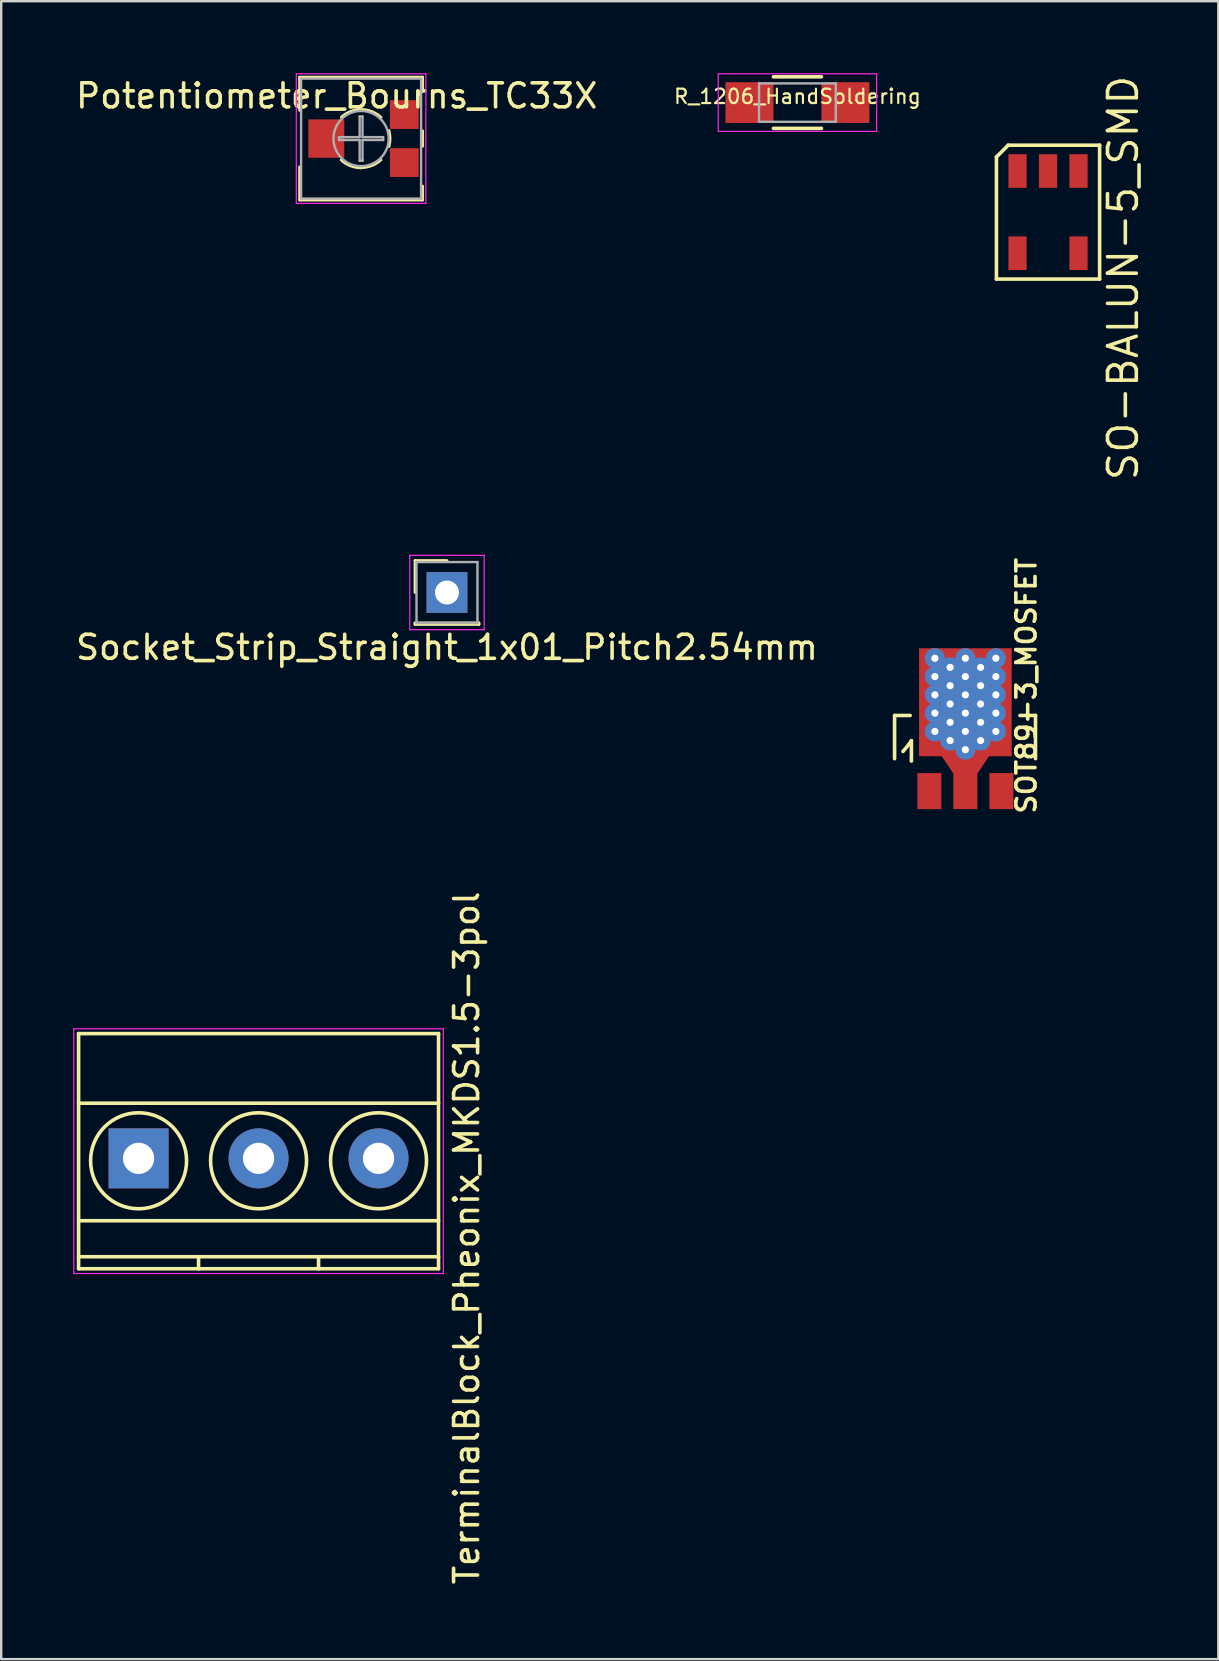
<source format=kicad_pcb>
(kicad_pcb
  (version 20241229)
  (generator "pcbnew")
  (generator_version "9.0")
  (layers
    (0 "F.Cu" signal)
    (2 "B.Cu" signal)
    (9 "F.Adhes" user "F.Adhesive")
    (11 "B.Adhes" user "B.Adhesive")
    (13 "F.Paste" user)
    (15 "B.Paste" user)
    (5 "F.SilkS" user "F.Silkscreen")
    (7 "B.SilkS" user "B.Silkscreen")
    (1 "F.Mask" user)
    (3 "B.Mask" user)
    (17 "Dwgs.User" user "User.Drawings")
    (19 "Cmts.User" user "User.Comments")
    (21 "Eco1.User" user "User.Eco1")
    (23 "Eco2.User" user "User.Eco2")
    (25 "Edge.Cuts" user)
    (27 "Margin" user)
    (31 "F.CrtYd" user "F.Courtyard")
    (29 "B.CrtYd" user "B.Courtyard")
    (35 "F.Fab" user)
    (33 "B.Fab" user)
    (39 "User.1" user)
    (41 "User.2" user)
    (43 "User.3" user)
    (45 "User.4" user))
  (footprint "SO-BALUN-5_SMD"
    (layer "F.Cu")
    (at 40.625 5.853)
    (property "Reference" "SO-BALUN-5_SMD" (at 3.131 2.681 90) (layer "F.SilkS") (effects (font (size 1.2 1.2) (thickness 0.15))))
    (attr smd)
    (fp_line (start -2.15 -2.361) (end -2.15 2.726) (stroke (width 0.15) (type solid)) (layer "F.SilkS"))
    (fp_line (start -2.15 2.726) (end 2.15 2.726) (stroke (width 0.15) (type solid)) (layer "F.SilkS"))
    (fp_line (start -1.658 -2.853) (end -2.15 -2.361) (stroke (width 0.15) (type solid)) (layer "F.SilkS"))
    (fp_line (start 2.15 -2.853) (end -1.658 -2.853) (stroke (width 0.15) (type solid)) (layer "F.SilkS"))
    (fp_line (start 2.15 2.726) (end 2.15 -2.853) (stroke (width 0.15) (type solid)) (layer "F.SilkS"))
    (pad "1" smd rect (at -1.27 -1.776) (size 0.76 1.4) (layers "F.Cu" "F.Mask" "F.Paste"))
    (pad "2" smd rect (at 0 -1.776) (size 0.76 1.4) (layers "F.Cu" "F.Mask" "F.Paste"))
    (pad "3" smd rect (at 1.27 -1.776) (size 0.76 1.4) (layers "F.Cu" "F.Mask" "F.Paste"))
    (pad "4" smd rect (at 1.27 1.649) (size 0.76 1.4) (layers "F.Cu" "F.Mask" "F.Paste"))
    (pad "5" smd rect (at -1.27 1.649) (size 0.76 1.4) (layers "F.Cu" "F.Mask" "F.Paste")))
  (footprint "TerminalBlock_Pheonix_MKDS1.5-3pol"
    (layer "F.Cu")
    (at 2.725 45.223)
    (property "Reference" "TerminalBlock_Pheonix_MKDS1.5-3pol" (at 13.672 3.316 90) (layer "F.SilkS") (effects (font (size 1 1) (thickness 0.15))))
    (attr through_hole)
    (fp_line (start -2.5 -5.2) (end -2.5 4.6) (stroke (width 0.15) (type solid)) (layer "F.SilkS"))
    (fp_line (start -2.5 -2.3) (end 12.5 -2.3) (stroke (width 0.15) (type solid)) (layer "F.SilkS"))
    (fp_line (start -2.5 2.6) (end 12.5 2.6) (stroke (width 0.15) (type solid)) (layer "F.SilkS"))
    (fp_line (start -2.5 4.1) (end 12.5 4.1) (stroke (width 0.15) (type solid)) (layer "F.SilkS"))
    (fp_line (start -2.5 4.6) (end 12.5 4.6) (stroke (width 0.15) (type solid)) (layer "F.SilkS"))
    (fp_line (start 2.5 4.1) (end 2.5 4.6) (stroke (width 0.15) (type solid)) (layer "F.SilkS"))
    (fp_line (start 7.5 4.1) (end 7.5 4.6) (stroke (width 0.15) (type solid)) (layer "F.SilkS"))
    (fp_line (start 12.5 -5.2) (end -2.5 -5.2) (stroke (width 0.15) (type solid)) (layer "F.SilkS"))
    (fp_line (start 12.5 4.6) (end 12.5 -5.2) (stroke (width 0.15) (type solid)) (layer "F.SilkS"))
    (fp_circle (center 0 0.1) (end 2 0.1) (stroke (width 0.15) (type solid)) (fill no) (layer "F.SilkS"))
    (fp_circle (center 5 0.1) (end 3 0.1) (stroke (width 0.15) (type solid)) (fill no) (layer "F.SilkS"))
    (fp_circle (center 10 0.1) (end 8 0.1) (stroke (width 0.15) (type solid)) (fill no) (layer "F.SilkS"))
    (fp_line (start -2.7 -5.4) (end 12.7 -5.4) (stroke (width 0.05) (type solid)) (layer "F.CrtYd"))
    (fp_line (start -2.7 4.8) (end -2.7 -5.4) (stroke (width 0.05) (type solid)) (layer "F.CrtYd"))
    (fp_line (start 12.7 -5.4) (end 12.7 4.8) (stroke (width 0.05) (type solid)) (layer "F.CrtYd"))
    (fp_line (start 12.7 4.8) (end -2.7 4.8) (stroke (width 0.05) (type solid)) (layer "F.CrtYd"))
    (pad "1" thru_hole rect (at 0 0) (size 2.5 2.5) (drill 1.3) (layers "*.Cu" "*.Mask"))
    (pad "2" thru_hole circle (at 5 0) (size 2.5 2.5) (drill 1.3) (layers "*.Cu" "*.Mask"))
    (pad "3" thru_hole circle (at 10 0) (size 2.5 2.5) (drill 1.3) (layers "*.Cu" "*.Mask")))
  (footprint "Socket_Strip_Straight_1x01_Pitch2.54mm"
    (layer "F.Cu")
    (at 15.577 21.642)
    (property "Reference" "Socket_Strip_Straight_1x01_Pitch2.54mm" (at 0 2.286 0) (layer "F.SilkS") (effects (font (size 1 1) (thickness 0.15))))
    (attr through_hole)
    (fp_line (start -1.33 -1.33) (end 0 -1.33) (stroke (width 0.12) (type solid)) (layer "F.SilkS"))
    (fp_line (start -1.33 0) (end -1.33 -1.33) (stroke (width 0.12) (type solid)) (layer "F.SilkS"))
    (fp_line (start -1.33 1.27) (end -1.33 1.33) (stroke (width 0.12) (type solid)) (layer "F.SilkS"))
    (fp_line (start -1.33 1.33) (end 1.33 1.33) (stroke (width 0.12) (type solid)) (layer "F.SilkS"))
    (fp_line (start 1.33 1.27) (end -1.33 1.27) (stroke (width 0.12) (type solid)) (layer "F.SilkS"))
    (fp_line (start 1.33 1.33) (end 1.33 1.27) (stroke (width 0.12) (type solid)) (layer "F.SilkS"))
    (fp_line (start -1.55 -1.55) (end -1.55 1.55) (stroke (width 0.05) (type solid)) (layer "F.CrtYd"))
    (fp_line (start -1.55 1.55) (end 1.55 1.55) (stroke (width 0.05) (type solid)) (layer "F.CrtYd"))
    (fp_line (start 1.55 -1.55) (end -1.55 -1.55) (stroke (width 0.05) (type solid)) (layer "F.CrtYd"))
    (fp_line (start 1.55 1.55) (end 1.55 -1.55) (stroke (width 0.05) (type solid)) (layer "F.CrtYd"))
    (fp_line (start -1.27 -1.27) (end -1.27 1.27) (stroke (width 0.1) (type solid)) (layer "F.Fab"))
    (fp_line (start -1.27 1.27) (end 1.27 1.27) (stroke (width 0.1) (type solid)) (layer "F.Fab"))
    (fp_line (start 1.27 -1.27) (end -1.27 -1.27) (stroke (width 0.1) (type solid)) (layer "F.Fab"))
    (fp_line (start 1.27 1.27) (end 1.27 -1.27) (stroke (width 0.1) (type solid)) (layer "F.Fab"))
    (pad "1" thru_hole rect (at 0 0) (size 1.7 1.7) (drill 1) (layers "*.Cu" "*.Mask")))
  (footprint "Potentiometer_Bourns_TC33X"
    (layer "F.Cu")
    (at 11.998 2.725)
    (property "Reference" "Potentiometer_Bourns_TC33X" (at -1.016 -1.778 0) (layer "F.SilkS") (effects (font (size 1 1) (thickness 0.15))))
    (attr smd)
    (fp_line (start -2.56 -2.56) (end -2.56 -1.18) (stroke (width 0.12) (type solid)) (layer "F.SilkS"))
    (fp_line (start -2.56 -2.56) (end 2.56 -2.56) (stroke (width 0.12) (type solid)) (layer "F.SilkS"))
    (fp_line (start -2.56 1.18) (end -2.56 2.56) (stroke (width 0.12) (type solid)) (layer "F.SilkS"))
    (fp_line (start -2.56 2.56) (end 2.56 2.56) (stroke (width 0.12) (type solid)) (layer "F.SilkS"))
    (fp_line (start 2.56 -2.56) (end 2.56 -1.98) (stroke (width 0.12) (type solid)) (layer "F.SilkS"))
    (fp_line (start 2.56 -0.32) (end 2.56 0.32) (stroke (width 0.12) (type solid)) (layer "F.SilkS"))
    (fp_line (start 2.56 1.98) (end 2.56 2.56) (stroke (width 0.12) (type solid)) (layer "F.SilkS"))
    (fp_arc (start -0.819958 -0.889364) (mid 0.006865 -1.20965) (end 0.83 -0.88) (stroke (width 0.12) (type solid)) (layer "F.SilkS"))
    (fp_arc (start 0.021194 1.216779) (mid -0.436163 1.136117) (end -0.83 0.89) (stroke (width 0.12) (type solid)) (layer "F.SilkS"))
    (fp_arc (start 0.825218 0.884938) (mid 0.443466 1.125805) (end 0 1.21) (stroke (width 0.12) (type solid)) (layer "F.SilkS"))
    (fp_arc (start 1.158609 -0.33485) (mid 1.206024 -0.002523) (end 1.16 0.33) (stroke (width 0.12) (type solid)) (layer "F.SilkS"))
    (fp_line (start -2.7 -2.7) (end -2.7 2.7) (stroke (width 0.05) (type solid)) (layer "F.CrtYd"))
    (fp_line (start -2.7 2.7) (end 2.7 2.7) (stroke (width 0.05) (type solid)) (layer "F.CrtYd"))
    (fp_line (start 2.7 -2.7) (end -2.7 -2.7) (stroke (width 0.05) (type solid)) (layer "F.CrtYd"))
    (fp_line (start 2.7 2.7) (end 2.7 -2.7) (stroke (width 0.05) (type solid)) (layer "F.CrtYd"))
    (fp_line (start -2.5 -2.5) (end -2.5 2.5) (stroke (width 0.1) (type solid)) (layer "F.Fab"))
    (fp_line (start -2.5 2.5) (end 2.5 2.5) (stroke (width 0.1) (type solid)) (layer "F.Fab"))
    (fp_line (start -0.92 -0.06) (end -0.06 -0.06) (stroke (width 0.1) (type solid)) (layer "F.Fab"))
    (fp_line (start -0.92 0.06) (end -0.92 -0.06) (stroke (width 0.1) (type solid)) (layer "F.Fab"))
    (fp_line (start -0.06 -0.92) (end 0.06 -0.92) (stroke (width 0.1) (type solid)) (layer "F.Fab"))
    (fp_line (start -0.06 -0.06) (end -0.06 -0.92) (stroke (width 0.1) (type solid)) (layer "F.Fab"))
    (fp_line (start -0.06 0.06) (end -0.92 0.06) (stroke (width 0.1) (type solid)) (layer "F.Fab"))
    (fp_line (start -0.06 0.92) (end -0.06 0.06) (stroke (width 0.1) (type solid)) (layer "F.Fab"))
    (fp_line (start 0.06 -0.92) (end 0.06 -0.06) (stroke (width 0.1) (type solid)) (layer "F.Fab"))
    (fp_line (start 0.06 -0.06) (end 0.92 -0.06) (stroke (width 0.1) (type solid)) (layer "F.Fab"))
    (fp_line (start 0.06 0.06) (end 0.06 0.92) (stroke (width 0.1) (type solid)) (layer "F.Fab"))
    (fp_line (start 0.06 0.92) (end -0.06 0.92) (stroke (width 0.1) (type solid)) (layer "F.Fab"))
    (fp_line (start 0.92 -0.06) (end 0.92 0.06) (stroke (width 0.1) (type solid)) (layer "F.Fab"))
    (fp_line (start 0.92 0.06) (end 0.06 0.06) (stroke (width 0.1) (type solid)) (layer "F.Fab"))
    (fp_line (start 2.5 -2.5) (end -2.5 -2.5) (stroke (width 0.1) (type solid)) (layer "F.Fab"))
    (fp_line (start 2.5 2.5) (end 2.5 -2.5) (stroke (width 0.1) (type solid)) (layer "F.Fab"))
    (fp_circle (center 0 0) (end 1.15 0) (stroke (width 0.1) (type solid)) (fill no) (layer "F.Fab"))
    (pad "1" smd rect (at 1.8 -1) (size 1.2 1.2) (layers "F.Cu" "F.Mask"))
    (pad "2" smd rect (at -1.45 0) (size 1.5 1.6) (layers "F.Cu" "F.Mask"))
    (pad "3" smd rect (at 1.8 1) (size 1.2 1.2) (layers "F.Cu" "F.Mask")))
  (footprint "SOT89-3_MOSFET"
    (layer "F.Cu")
    (at 37.18 28.066)
    (property "Reference" "SOT89-3_MOSFET" (at 2.54 -2.54 90) (layer "F.SilkS") (effects (font (size 0.8 0.8) (thickness 0.15))))
    (attr smd)
    (fp_line (start -2.95 -1.3) (end -2.95 0.5) (stroke (width 0.15) (type solid)) (layer "F.SilkS"))
    (fp_line (start -2.95 -1.3) (end -2.3 -1.3) (stroke (width 0.15) (type solid)) (layer "F.SilkS"))
    (fp_line (start -2.6 0.201) (end -2.351 -0.099) (stroke (width 0.15) (type solid)) (layer "F.SilkS"))
    (fp_line (start -2.351 -0.099) (end -2.249 -0.249) (stroke (width 0.15) (type solid)) (layer "F.SilkS"))
    (fp_line (start -2.249 -0.249) (end -2.249 0.599) (stroke (width 0.15) (type solid)) (layer "F.SilkS"))
    (fp_line (start 2.923 -1.3) (end 2.273 -1.3) (stroke (width 0.15) (type solid)) (layer "F.SilkS"))
    (fp_line (start 2.923 -1.3) (end 2.923 0.5) (stroke (width 0.15) (type solid)) (layer "F.SilkS"))
    (pad "1" smd rect (at -1.501 1.852) (size 1.001 1.501) (layers "F.Cu" "F.Mask" "F.Paste"))
    (pad "2" smd rect (at 0 1.852) (size 1.001 1.501) (layers "F.Cu" "F.Mask" "F.Paste"))
    (pad "3" smd rect (at 1.501 1.852) (size 1.001 1.501) (layers "F.Cu" "F.Mask" "F.Paste"))
    (pad "4" thru_hole circle (at -1.27 -3.683) (size 0.837 0.837) (drill 0.3) (layers "*.Cu" "*.Mask"))
    (pad "4" thru_hole circle (at -1.27 -2.921) (size 0.837 0.837) (drill 0.3) (layers "*.Cu" "*.Mask"))
    (pad "4" thru_hole circle (at -1.27 -2.159) (size 0.837 0.837) (drill 0.3) (layers "*.Cu" "*.Mask"))
    (pad "4" thru_hole circle (at -1.27 -1.397) (size 0.837 0.837) (drill 0.3) (layers "*.Cu" "*.Mask"))
    (pad "4" thru_hole circle (at -1.27 -0.635) (size 0.837 0.837) (drill 0.3) (layers "*.Cu" "*.Mask"))
    (pad "4" thru_hole circle (at -0.635 -3.302) (size 0.837 0.837) (drill 0.3) (layers "*.Cu" "*.Mask"))
    (pad "4" thru_hole circle (at -0.635 -2.54) (size 0.837 0.837) (drill 0.3) (layers "*.Cu" "*.Mask"))
    (pad "4" thru_hole circle (at -0.635 -1.778) (size 0.837 0.837) (drill 0.3) (layers "*.Cu" "*.Mask"))
    (pad "4" thru_hole circle (at -0.635 -1.016) (size 0.837 0.837) (drill 0.3) (layers "*.Cu" "*.Mask"))
    (pad "4" thru_hole circle (at -0.635 -0.254) (size 0.837 0.837) (drill 0.3) (layers "*.Cu" "*.Mask"))
    (pad "4" thru_hole circle (at 0 -3.683) (size 0.837 0.837) (drill 0.3) (layers "*.Cu" "*.Mask"))
    (pad "4" thru_hole circle (at 0 -2.921) (size 0.837 0.837) (drill 0.3) (layers "*.Cu" "*.Mask"))
    (pad "4" thru_hole circle (at 0 -2.159) (size 0.837 0.837) (drill 0.3) (layers "*.Cu" "*.Mask"))
    (pad "4" smd rect (at 0 -1.85) (size 3.86 4.5) (layers "F.Cu" "F.Mask" "F.Paste"))
    (pad "4" thru_hole circle (at 0 -1.397) (size 0.837 0.837) (drill 0.3) (layers "*.Cu" "F.Mask"))
    (pad "4" thru_hole circle (at 0 -0.635) (size 0.837 0.837) (drill 0.3) (layers "*.Cu" "*.Mask"))
    (pad "4" thru_hole circle (at 0 0.127) (size 0.837 0.837) (drill 0.3) (layers "*.Cu" "*.Mask"))
    (pad "4" smd trapezoid (at 0 0.749 180) (size 1.501 0.749) (rect_delta 0 0.5) (layers "F.Cu" "F.Mask" "F.Paste"))
    (pad "4" thru_hole circle (at 0.635 -3.302) (size 0.837 0.837) (drill 0.3) (layers "*.Cu" "*.Mask"))
    (pad "4" thru_hole circle (at 0.635 -2.54) (size 0.837 0.837) (drill 0.3) (layers "*.Cu" "*.Mask"))
    (pad "4" thru_hole circle (at 0.635 -1.778) (size 0.837 0.837) (drill 0.3) (layers "*.Cu" "*.Mask"))
    (pad "4" thru_hole circle (at 0.635 -1.016) (size 0.837 0.837) (drill 0.3) (layers "*.Cu" "*.Mask"))
    (pad "4" thru_hole circle (at 0.635 -0.254) (size 0.837 0.837) (drill 0.3) (layers "*.Cu" "*.Mask"))
    (pad "4" thru_hole circle (at 1.27 -3.683) (size 0.837 0.837) (drill 0.3) (layers "*.Cu" "*.Mask"))
    (pad "4" thru_hole circle (at 1.27 -2.921) (size 0.837 0.837) (drill 0.3) (layers "*.Cu" "*.Mask"))
    (pad "4" thru_hole circle (at 1.27 -2.159) (size 0.837 0.837) (drill 0.3) (layers "*.Cu" "*.Mask"))
    (pad "4" thru_hole circle (at 1.27 -1.397) (size 0.837 0.837) (drill 0.3) (layers "*.Cu" "*.Mask"))
    (pad "4" thru_hole circle (at 1.27 -0.635) (size 0.837 0.837) (drill 0.3) (layers "*.Cu" "*.Mask")))
  (footprint "R_1206_HandSoldering"
    (layer "F.Cu")
    (at 30.182 1.225)
    (property "Reference" "R_1206_HandSoldering" (at 0 -0.254 0) (layer "F.SilkS") (effects (font (size 0.6 0.6) (thickness 0.09))))
    (attr smd)
    (fp_line (start -1 -1.075) (end 1 -1.075) (stroke (width 0.15) (type solid)) (layer "F.SilkS"))
    (fp_line (start 1 1.075) (end -1 1.075) (stroke (width 0.15) (type solid)) (layer "F.SilkS"))
    (fp_line (start -3.3 -1.2) (end -3.3 1.2) (stroke (width 0.05) (type solid)) (layer "F.CrtYd"))
    (fp_line (start -3.3 -1.2) (end 3.3 -1.2) (stroke (width 0.05) (type solid)) (layer "F.CrtYd"))
    (fp_line (start -3.3 1.2) (end 3.3 1.2) (stroke (width 0.05) (type solid)) (layer "F.CrtYd"))
    (fp_line (start 3.3 -1.2) (end 3.3 1.2) (stroke (width 0.05) (type solid)) (layer "F.CrtYd"))
    (fp_line (start -1.6 -0.8) (end 1.6 -0.8) (stroke (width 0.1) (type solid)) (layer "F.Fab"))
    (fp_line (start -1.6 0.8) (end -1.6 -0.8) (stroke (width 0.1) (type solid)) (layer "F.Fab"))
    (fp_line (start 1.6 -0.8) (end 1.6 0.8) (stroke (width 0.1) (type solid)) (layer "F.Fab"))
    (fp_line (start 1.6 0.8) (end -1.6 0.8) (stroke (width 0.1) (type solid)) (layer "F.Fab"))
    (pad "1" smd rect (at -2 0) (size 2 1.7) (layers "F.Cu" "F.Mask" "F.Paste"))
    (pad "2" smd rect (at 2 0) (size 2 1.7) (layers "F.Cu" "F.Mask" "F.Paste")))
  (gr_rect
    (start -3 -3)
    (end 47.721 66.093)
    (stroke (width 0.1) (type default))
    (fill no)
    (layer "Edge.Cuts")))
</source>
